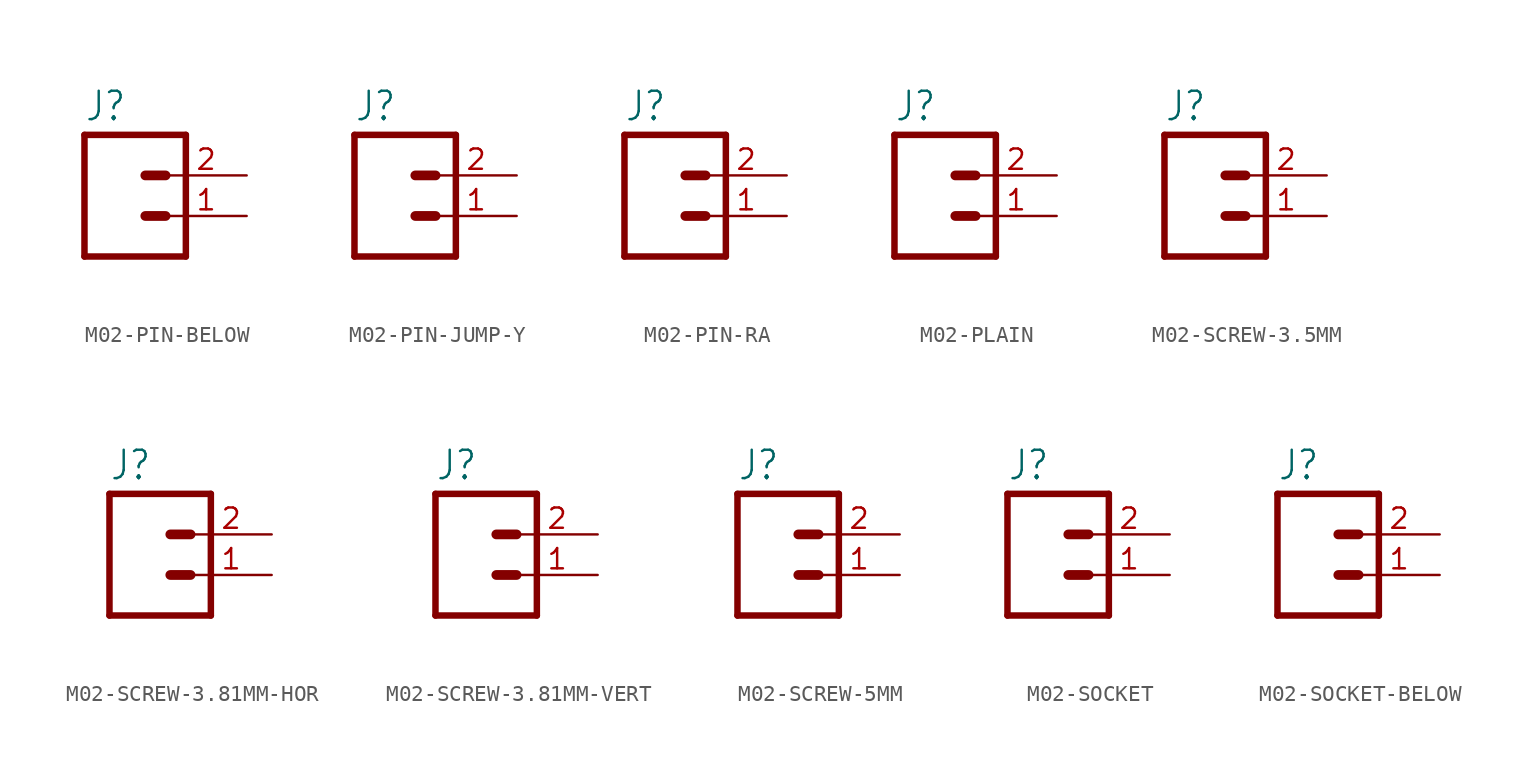
<source format=kicad_sym>
(kicad_symbol_lib
  (version 20220914)
  (generator kicad_symbol_editor)
  (symbol "M02-PIN-BELOW"
    (property "Reference" "J"
      (at -2.54 5.842 0)
      (effects (font (size 1.778 1.511)) (justify left bottom)))
    (property "Value" ""
      (at -2.54 -5.08 0)
      (effects (font (size 1.778 1.511)) (justify left bottom)))
    (property "ki_locked" ""
      (at 0 0 0)
      (effects (font (size 1.27 1.27))))
    (symbol "M02-PIN-BELOW_1_0"
      (polyline (pts (xy -2.54 5.08) (xy -2.54 -2.54)) (stroke (width 0.406) (type solid)) (fill (type none)))
      (polyline (pts (xy -2.54 5.08) (xy 3.81 5.08)) (stroke (width 0.406) (type solid)) (fill (type none)))
      (polyline (pts (xy 1.27 0) (xy 2.54 0)) (stroke (width 0.61) (type solid)) (fill (type none)))
      (polyline (pts (xy 1.27 2.54) (xy 2.54 2.54)) (stroke (width 0.61) (type solid)) (fill (type none)))
      (polyline (pts (xy 3.81 -2.54) (xy -2.54 -2.54)) (stroke (width 0.406) (type solid)) (fill (type none)))
      (polyline (pts (xy 3.81 -2.54) (xy 3.81 5.08)) (stroke (width 0.406) (type solid)) (fill (type none)))
      (pin passive line (at 7.62 0 180) (length 5.08) (name "1" (effects (font (size 0 0)))) (number "1" (effects (font (size 1.27 1.27)))))
      (pin passive line (at 7.62 2.54 180) (length 5.08) (name "2" (effects (font (size 0 0)))) (number "2" (effects (font (size 1.27 1.27)))))))
  (symbol "M02-PIN-JUMP-Y"
    (property "Reference" "J"
      (at -2.54 5.842 0)
      (effects (font (size 1.778 1.511)) (justify left bottom)))
    (property "Value" ""
      (at -2.54 -5.08 0)
      (effects (font (size 1.778 1.511)) (justify left bottom)))
    (property "ki_locked" ""
      (at 0 0 0)
      (effects (font (size 1.27 1.27))))
    (symbol "M02-PIN-JUMP-Y_1_0"
      (polyline (pts (xy -2.54 5.08) (xy -2.54 -2.54)) (stroke (width 0.406) (type solid)) (fill (type none)))
      (polyline (pts (xy -2.54 5.08) (xy 3.81 5.08)) (stroke (width 0.406) (type solid)) (fill (type none)))
      (polyline (pts (xy 1.27 0) (xy 2.54 0)) (stroke (width 0.61) (type solid)) (fill (type none)))
      (polyline (pts (xy 1.27 2.54) (xy 2.54 2.54)) (stroke (width 0.61) (type solid)) (fill (type none)))
      (polyline (pts (xy 3.81 -2.54) (xy -2.54 -2.54)) (stroke (width 0.406) (type solid)) (fill (type none)))
      (polyline (pts (xy 3.81 -2.54) (xy 3.81 5.08)) (stroke (width 0.406) (type solid)) (fill (type none)))
      (pin passive line (at 7.62 0 180) (length 5.08) (name "1" (effects (font (size 0 0)))) (number "1" (effects (font (size 1.27 1.27)))))
      (pin passive line (at 7.62 2.54 180) (length 5.08) (name "2" (effects (font (size 0 0)))) (number "2" (effects (font (size 1.27 1.27)))))))
  (symbol "M02-PIN-RA"
    (property "Reference" "J"
      (at -2.54 5.842 0)
      (effects (font (size 1.778 1.511)) (justify left bottom)))
    (property "Value" ""
      (at -2.54 -5.08 0)
      (effects (font (size 1.778 1.511)) (justify left bottom)))
    (property "ki_locked" ""
      (at 0 0 0)
      (effects (font (size 1.27 1.27))))
    (symbol "M02-PIN-RA_1_0"
      (polyline (pts (xy -2.54 5.08) (xy -2.54 -2.54)) (stroke (width 0.406) (type solid)) (fill (type none)))
      (polyline (pts (xy -2.54 5.08) (xy 3.81 5.08)) (stroke (width 0.406) (type solid)) (fill (type none)))
      (polyline (pts (xy 1.27 0) (xy 2.54 0)) (stroke (width 0.61) (type solid)) (fill (type none)))
      (polyline (pts (xy 1.27 2.54) (xy 2.54 2.54)) (stroke (width 0.61) (type solid)) (fill (type none)))
      (polyline (pts (xy 3.81 -2.54) (xy -2.54 -2.54)) (stroke (width 0.406) (type solid)) (fill (type none)))
      (polyline (pts (xy 3.81 -2.54) (xy 3.81 5.08)) (stroke (width 0.406) (type solid)) (fill (type none)))
      (pin passive line (at 7.62 0 180) (length 5.08) (name "1" (effects (font (size 0 0)))) (number "1" (effects (font (size 1.27 1.27)))))
      (pin passive line (at 7.62 2.54 180) (length 5.08) (name "2" (effects (font (size 0 0)))) (number "2" (effects (font (size 1.27 1.27)))))))
  (symbol "M02-PLAIN"
    (property "Reference" "J"
      (at -2.54 5.842 0)
      (effects (font (size 1.778 1.511)) (justify left bottom)))
    (property "Value" ""
      (at -2.54 -5.08 0)
      (effects (font (size 1.778 1.511)) (justify left bottom)))
    (property "ki_locked" ""
      (at 0 0 0)
      (effects (font (size 1.27 1.27))))
    (symbol "M02-PLAIN_1_0"
      (polyline (pts (xy -2.54 5.08) (xy -2.54 -2.54)) (stroke (width 0.406) (type solid)) (fill (type none)))
      (polyline (pts (xy -2.54 5.08) (xy 3.81 5.08)) (stroke (width 0.406) (type solid)) (fill (type none)))
      (polyline (pts (xy 1.27 0) (xy 2.54 0)) (stroke (width 0.61) (type solid)) (fill (type none)))
      (polyline (pts (xy 1.27 2.54) (xy 2.54 2.54)) (stroke (width 0.61) (type solid)) (fill (type none)))
      (polyline (pts (xy 3.81 -2.54) (xy -2.54 -2.54)) (stroke (width 0.406) (type solid)) (fill (type none)))
      (polyline (pts (xy 3.81 -2.54) (xy 3.81 5.08)) (stroke (width 0.406) (type solid)) (fill (type none)))
      (pin passive line (at 7.62 0 180) (length 5.08) (name "1" (effects (font (size 0 0)))) (number "1" (effects (font (size 1.27 1.27)))))
      (pin passive line (at 7.62 2.54 180) (length 5.08) (name "2" (effects (font (size 0 0)))) (number "2" (effects (font (size 1.27 1.27)))))))
  (symbol "M02-SCREW-3.5MM"
    (property "Reference" "J"
      (at -2.54 5.842 0)
      (effects (font (size 1.778 1.511)) (justify left bottom)))
    (property "Value" ""
      (at -2.54 -5.08 0)
      (effects (font (size 1.778 1.511)) (justify left bottom)))
    (property "ki_locked" ""
      (at 0 0 0)
      (effects (font (size 1.27 1.27))))
    (symbol "M02-SCREW-3.5MM_1_0"
      (polyline (pts (xy -2.54 5.08) (xy -2.54 -2.54)) (stroke (width 0.406) (type solid)) (fill (type none)))
      (polyline (pts (xy -2.54 5.08) (xy 3.81 5.08)) (stroke (width 0.406) (type solid)) (fill (type none)))
      (polyline (pts (xy 1.27 0) (xy 2.54 0)) (stroke (width 0.61) (type solid)) (fill (type none)))
      (polyline (pts (xy 1.27 2.54) (xy 2.54 2.54)) (stroke (width 0.61) (type solid)) (fill (type none)))
      (polyline (pts (xy 3.81 -2.54) (xy -2.54 -2.54)) (stroke (width 0.406) (type solid)) (fill (type none)))
      (polyline (pts (xy 3.81 -2.54) (xy 3.81 5.08)) (stroke (width 0.406) (type solid)) (fill (type none)))
      (pin passive line (at 7.62 0 180) (length 5.08) (name "1" (effects (font (size 0 0)))) (number "1" (effects (font (size 1.27 1.27)))))
      (pin passive line (at 7.62 2.54 180) (length 5.08) (name "2" (effects (font (size 0 0)))) (number "2" (effects (font (size 1.27 1.27)))))))
  (symbol "M02-SCREW-3.81MM-HOR"
    (property "Reference" "J"
      (at -2.54 5.842 0)
      (effects (font (size 1.778 1.511)) (justify left bottom)))
    (property "Value" ""
      (at -2.54 -5.08 0)
      (effects (font (size 1.778 1.511)) (justify left bottom)))
    (property "ki_locked" ""
      (at 0 0 0)
      (effects (font (size 1.27 1.27))))
    (symbol "M02-SCREW-3.81MM-HOR_1_0"
      (polyline (pts (xy -2.54 5.08) (xy -2.54 -2.54)) (stroke (width 0.406) (type solid)) (fill (type none)))
      (polyline (pts (xy -2.54 5.08) (xy 3.81 5.08)) (stroke (width 0.406) (type solid)) (fill (type none)))
      (polyline (pts (xy 1.27 0) (xy 2.54 0)) (stroke (width 0.61) (type solid)) (fill (type none)))
      (polyline (pts (xy 1.27 2.54) (xy 2.54 2.54)) (stroke (width 0.61) (type solid)) (fill (type none)))
      (polyline (pts (xy 3.81 -2.54) (xy -2.54 -2.54)) (stroke (width 0.406) (type solid)) (fill (type none)))
      (polyline (pts (xy 3.81 -2.54) (xy 3.81 5.08)) (stroke (width 0.406) (type solid)) (fill (type none)))
      (pin passive line (at 7.62 0 180) (length 5.08) (name "1" (effects (font (size 0 0)))) (number "1" (effects (font (size 1.27 1.27)))))
      (pin passive line (at 7.62 2.54 180) (length 5.08) (name "2" (effects (font (size 0 0)))) (number "2" (effects (font (size 1.27 1.27)))))))
  (symbol "M02-SCREW-3.81MM-VERT"
    (property "Reference" "J"
      (at -2.54 5.842 0)
      (effects (font (size 1.778 1.511)) (justify left bottom)))
    (property "Value" ""
      (at -2.54 -5.08 0)
      (effects (font (size 1.778 1.511)) (justify left bottom)))
    (property "ki_locked" ""
      (at 0 0 0)
      (effects (font (size 1.27 1.27))))
    (symbol "M02-SCREW-3.81MM-VERT_1_0"
      (polyline (pts (xy -2.54 5.08) (xy -2.54 -2.54)) (stroke (width 0.406) (type solid)) (fill (type none)))
      (polyline (pts (xy -2.54 5.08) (xy 3.81 5.08)) (stroke (width 0.406) (type solid)) (fill (type none)))
      (polyline (pts (xy 1.27 0) (xy 2.54 0)) (stroke (width 0.61) (type solid)) (fill (type none)))
      (polyline (pts (xy 1.27 2.54) (xy 2.54 2.54)) (stroke (width 0.61) (type solid)) (fill (type none)))
      (polyline (pts (xy 3.81 -2.54) (xy -2.54 -2.54)) (stroke (width 0.406) (type solid)) (fill (type none)))
      (polyline (pts (xy 3.81 -2.54) (xy 3.81 5.08)) (stroke (width 0.406) (type solid)) (fill (type none)))
      (pin passive line (at 7.62 0 180) (length 5.08) (name "1" (effects (font (size 0 0)))) (number "1" (effects (font (size 1.27 1.27)))))
      (pin passive line (at 7.62 2.54 180) (length 5.08) (name "2" (effects (font (size 0 0)))) (number "2" (effects (font (size 1.27 1.27)))))))
  (symbol "M02-SCREW-5MM"
    (property "Reference" "J"
      (at -2.54 5.842 0)
      (effects (font (size 1.778 1.511)) (justify left bottom)))
    (property "Value" ""
      (at -2.54 -5.08 0)
      (effects (font (size 1.778 1.511)) (justify left bottom)))
    (property "ki_locked" ""
      (at 0 0 0)
      (effects (font (size 1.27 1.27))))
    (symbol "M02-SCREW-5MM_1_0"
      (polyline (pts (xy -2.54 5.08) (xy -2.54 -2.54)) (stroke (width 0.406) (type solid)) (fill (type none)))
      (polyline (pts (xy -2.54 5.08) (xy 3.81 5.08)) (stroke (width 0.406) (type solid)) (fill (type none)))
      (polyline (pts (xy 1.27 0) (xy 2.54 0)) (stroke (width 0.61) (type solid)) (fill (type none)))
      (polyline (pts (xy 1.27 2.54) (xy 2.54 2.54)) (stroke (width 0.61) (type solid)) (fill (type none)))
      (polyline (pts (xy 3.81 -2.54) (xy -2.54 -2.54)) (stroke (width 0.406) (type solid)) (fill (type none)))
      (polyline (pts (xy 3.81 -2.54) (xy 3.81 5.08)) (stroke (width 0.406) (type solid)) (fill (type none)))
      (pin passive line (at 7.62 0 180) (length 5.08) (name "1" (effects (font (size 0 0)))) (number "1" (effects (font (size 1.27 1.27)))))
      (pin passive line (at 7.62 2.54 180) (length 5.08) (name "2" (effects (font (size 0 0)))) (number "2" (effects (font (size 1.27 1.27)))))))
  (symbol "M02-SOCKET"
    (property "Reference" "J"
      (at -2.54 5.842 0)
      (effects (font (size 1.778 1.511)) (justify left bottom)))
    (property "Value" ""
      (at -2.54 -5.08 0)
      (effects (font (size 1.778 1.511)) (justify left bottom)))
    (property "ki_locked" ""
      (at 0 0 0)
      (effects (font (size 1.27 1.27))))
    (symbol "M02-SOCKET_1_0"
      (polyline (pts (xy -2.54 5.08) (xy -2.54 -2.54)) (stroke (width 0.406) (type solid)) (fill (type none)))
      (polyline (pts (xy -2.54 5.08) (xy 3.81 5.08)) (stroke (width 0.406) (type solid)) (fill (type none)))
      (polyline (pts (xy 1.27 0) (xy 2.54 0)) (stroke (width 0.61) (type solid)) (fill (type none)))
      (polyline (pts (xy 1.27 2.54) (xy 2.54 2.54)) (stroke (width 0.61) (type solid)) (fill (type none)))
      (polyline (pts (xy 3.81 -2.54) (xy -2.54 -2.54)) (stroke (width 0.406) (type solid)) (fill (type none)))
      (polyline (pts (xy 3.81 -2.54) (xy 3.81 5.08)) (stroke (width 0.406) (type solid)) (fill (type none)))
      (pin passive line (at 7.62 0 180) (length 5.08) (name "1" (effects (font (size 0 0)))) (number "1" (effects (font (size 1.27 1.27)))))
      (pin passive line (at 7.62 2.54 180) (length 5.08) (name "2" (effects (font (size 0 0)))) (number "2" (effects (font (size 1.27 1.27)))))))
  (symbol "M02-SOCKET-BELOW"
    (property "Reference" "J"
      (at -2.54 5.842 0)
      (effects (font (size 1.778 1.511)) (justify left bottom)))
    (property "Value" ""
      (at -2.54 -5.08 0)
      (effects (font (size 1.778 1.511)) (justify left bottom)))
    (property "ki_locked" ""
      (at 0 0 0)
      (effects (font (size 1.27 1.27))))
    (symbol "M02-SOCKET-BELOW_1_0"
      (polyline (pts (xy -2.54 5.08) (xy -2.54 -2.54)) (stroke (width 0.406) (type solid)) (fill (type none)))
      (polyline (pts (xy -2.54 5.08) (xy 3.81 5.08)) (stroke (width 0.406) (type solid)) (fill (type none)))
      (polyline (pts (xy 1.27 0) (xy 2.54 0)) (stroke (width 0.61) (type solid)) (fill (type none)))
      (polyline (pts (xy 1.27 2.54) (xy 2.54 2.54)) (stroke (width 0.61) (type solid)) (fill (type none)))
      (polyline (pts (xy 3.81 -2.54) (xy -2.54 -2.54)) (stroke (width 0.406) (type solid)) (fill (type none)))
      (polyline (pts (xy 3.81 -2.54) (xy 3.81 5.08)) (stroke (width 0.406) (type solid)) (fill (type none)))
      (pin passive line (at 7.62 0 180) (length 5.08) (name "1" (effects (font (size 0 0)))) (number "1" (effects (font (size 1.27 1.27)))))
      (pin passive line (at 7.62 2.54 180) (length 5.08) (name "2" (effects (font (size 0 0)))) (number "2" (effects (font (size 1.27 1.27))))))))
</source>
